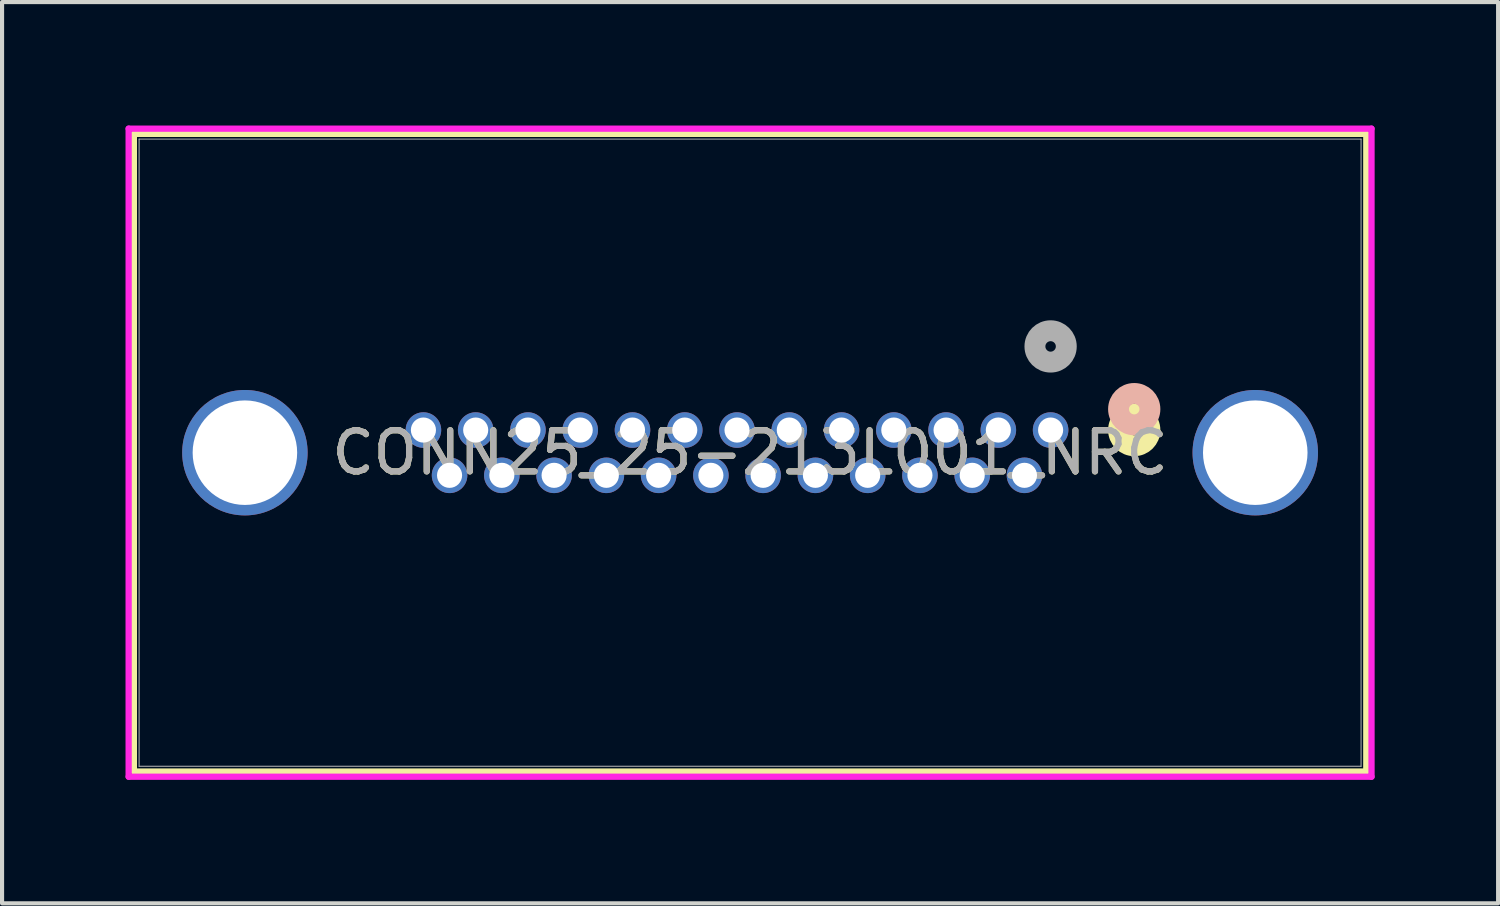
<source format=kicad_pcb>
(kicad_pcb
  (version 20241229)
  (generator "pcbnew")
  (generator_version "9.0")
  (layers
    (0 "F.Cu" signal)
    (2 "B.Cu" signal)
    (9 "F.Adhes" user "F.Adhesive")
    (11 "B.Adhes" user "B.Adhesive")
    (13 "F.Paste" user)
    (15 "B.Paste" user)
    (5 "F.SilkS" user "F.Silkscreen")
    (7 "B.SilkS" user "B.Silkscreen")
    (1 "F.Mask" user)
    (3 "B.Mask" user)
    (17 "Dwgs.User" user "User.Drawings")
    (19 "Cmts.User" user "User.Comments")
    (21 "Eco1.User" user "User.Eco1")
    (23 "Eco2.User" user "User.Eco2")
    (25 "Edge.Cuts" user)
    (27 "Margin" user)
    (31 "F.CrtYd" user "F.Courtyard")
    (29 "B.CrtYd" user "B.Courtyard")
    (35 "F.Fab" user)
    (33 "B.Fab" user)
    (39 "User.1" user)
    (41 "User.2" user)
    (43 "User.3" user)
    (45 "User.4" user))
  (footprint "CONN25_25-213L001_NRC"
    (layer "F.Cu")
    (at 22.479 7.4)
    (property "Reference" "CONN25_25-213L001_NRC" (at -7.303 0.55 0) (unlocked yes) (layer "F.SilkS") (effects (font (size 1 1) (thickness 0.15))))
    (attr through_hole)
    (fp_line (start -22.276 -7.197) (end -22.276 8.297) (stroke (width 0.152) (type solid)) (layer "F.SilkS"))
    (fp_line (start -22.276 8.297) (end 7.671 8.297) (stroke (width 0.152) (type solid)) (layer "F.SilkS"))
    (fp_line (start 7.671 -7.197) (end -22.276 -7.197) (stroke (width 0.152) (type solid)) (layer "F.SilkS"))
    (fp_line (start 7.671 8.297) (end 7.671 -7.197) (stroke (width 0.152) (type solid)) (layer "F.SilkS"))
    (fp_circle (center 2.032 0) (end 2.413 0) (stroke (width 0.508) (type solid)) (fill no) (layer "F.SilkS"))
    (fp_circle (center 2.032 -0.508) (end 2.413 -0.508) (stroke (width 0.508) (type solid)) (fill no) (layer "B.SilkS"))
    (fp_line (start -22.403 -7.324) (end -22.403 8.424) (stroke (width 0.152) (type solid)) (layer "F.CrtYd"))
    (fp_line (start -22.403 8.424) (end 7.798 8.424) (stroke (width 0.152) (type solid)) (layer "F.CrtYd"))
    (fp_line (start 7.798 -7.324) (end -22.403 -7.324) (stroke (width 0.152) (type solid)) (layer "F.CrtYd"))
    (fp_line (start 7.798 8.424) (end 7.798 -7.324) (stroke (width 0.152) (type solid)) (layer "F.CrtYd"))
    (fp_line (start -22.149 -7.07) (end -22.149 8.17) (stroke (width 0.025) (type solid)) (layer "F.Fab"))
    (fp_line (start -22.149 8.17) (end 7.544 8.17) (stroke (width 0.025) (type solid)) (layer "F.Fab"))
    (fp_line (start 7.544 -7.07) (end -22.149 -7.07) (stroke (width 0.025) (type solid)) (layer "F.Fab"))
    (fp_line (start 7.544 8.17) (end 7.544 -7.07) (stroke (width 0.025) (type solid)) (layer "F.Fab"))
    (fp_circle (center 0 -2.032) (end 0.381 -2.032) (stroke (width 0.508) (type solid)) (fill no) (layer "F.Fab"))
    (fp_text user "${REFERENCE}" (at -7.303 0.55 0) (unlocked yes) (layer "F.Fab") (effects (font (size 1 1) (thickness 0.15))))
    (pad "1" thru_hole circle (at 0 0) (size 0.864 0.864) (drill 0.61) (layers "*.Cu" "*.Mask"))
    (pad "2" thru_hole circle (at -1.27 0) (size 0.864 0.864) (drill 0.61) (layers "*.Cu" "*.Mask"))
    (pad "3" thru_hole circle (at -2.54 0) (size 0.864 0.864) (drill 0.61) (layers "*.Cu" "*.Mask"))
    (pad "4" thru_hole circle (at -3.81 0) (size 0.864 0.864) (drill 0.61) (layers "*.Cu" "*.Mask"))
    (pad "5" thru_hole circle (at -5.08 0) (size 0.864 0.864) (drill 0.61) (layers "*.Cu" "*.Mask"))
    (pad "6" thru_hole circle (at -6.35 0) (size 0.864 0.864) (drill 0.61) (layers "*.Cu" "*.Mask"))
    (pad "7" thru_hole circle (at -7.62 0) (size 0.864 0.864) (drill 0.61) (layers "*.Cu" "*.Mask"))
    (pad "8" thru_hole circle (at -8.89 0) (size 0.864 0.864) (drill 0.61) (layers "*.Cu" "*.Mask"))
    (pad "9" thru_hole circle (at -10.16 0) (size 0.864 0.864) (drill 0.61) (layers "*.Cu" "*.Mask"))
    (pad "10" thru_hole circle (at -11.43 0) (size 0.864 0.864) (drill 0.61) (layers "*.Cu" "*.Mask"))
    (pad "11" thru_hole circle (at -12.7 0) (size 0.864 0.864) (drill 0.61) (layers "*.Cu" "*.Mask"))
    (pad "12" thru_hole circle (at -13.97 0) (size 0.864 0.864) (drill 0.61) (layers "*.Cu" "*.Mask"))
    (pad "13" thru_hole circle (at -15.24 0) (size 0.864 0.864) (drill 0.61) (layers "*.Cu" "*.Mask"))
    (pad "14" thru_hole circle (at -0.635 1.1) (size 0.864 0.864) (drill 0.61) (layers "*.Cu" "*.Mask"))
    (pad "15" thru_hole circle (at -1.905 1.1) (size 0.864 0.864) (drill 0.61) (layers "*.Cu" "*.Mask"))
    (pad "16" thru_hole circle (at -3.175 1.1) (size 0.864 0.864) (drill 0.61) (layers "*.Cu" "*.Mask"))
    (pad "17" thru_hole circle (at -4.445 1.1) (size 0.864 0.864) (drill 0.61) (layers "*.Cu" "*.Mask"))
    (pad "18" thru_hole circle (at -5.715 1.1) (size 0.864 0.864) (drill 0.61) (layers "*.Cu" "*.Mask"))
    (pad "19" thru_hole circle (at -6.985 1.1) (size 0.864 0.864) (drill 0.61) (layers "*.Cu" "*.Mask"))
    (pad "20" thru_hole circle (at -8.255 1.1) (size 0.864 0.864) (drill 0.61) (layers "*.Cu" "*.Mask"))
    (pad "21" thru_hole circle (at -9.525 1.1) (size 0.864 0.864) (drill 0.61) (layers "*.Cu" "*.Mask"))
    (pad "22" thru_hole circle (at -10.795 1.1) (size 0.864 0.864) (drill 0.61) (layers "*.Cu" "*.Mask"))
    (pad "23" thru_hole circle (at -12.065 1.1) (size 0.864 0.864) (drill 0.61) (layers "*.Cu" "*.Mask"))
    (pad "24" thru_hole circle (at -13.335 1.1) (size 0.864 0.864) (drill 0.61) (layers "*.Cu" "*.Mask"))
    (pad "25" thru_hole circle (at -14.605 1.1) (size 0.864 0.864) (drill 0.61) (layers "*.Cu" "*.Mask"))
    (pad "27" thru_hole circle (at -19.578 0.55 90) (size 3.048 3.048) (drill 2.54) (layers "*.Cu" "*.Mask"))
    (pad "28" thru_hole circle (at 4.973 0.55 90) (size 3.048 3.048) (drill 2.54) (layers "*.Cu" "*.Mask")))
  (gr_rect
    (start -3 -3)
    (end 33.353 18.9)
    (stroke (width 0.1) (type default))
    (fill no)
    (layer "Edge.Cuts")))
</source>
